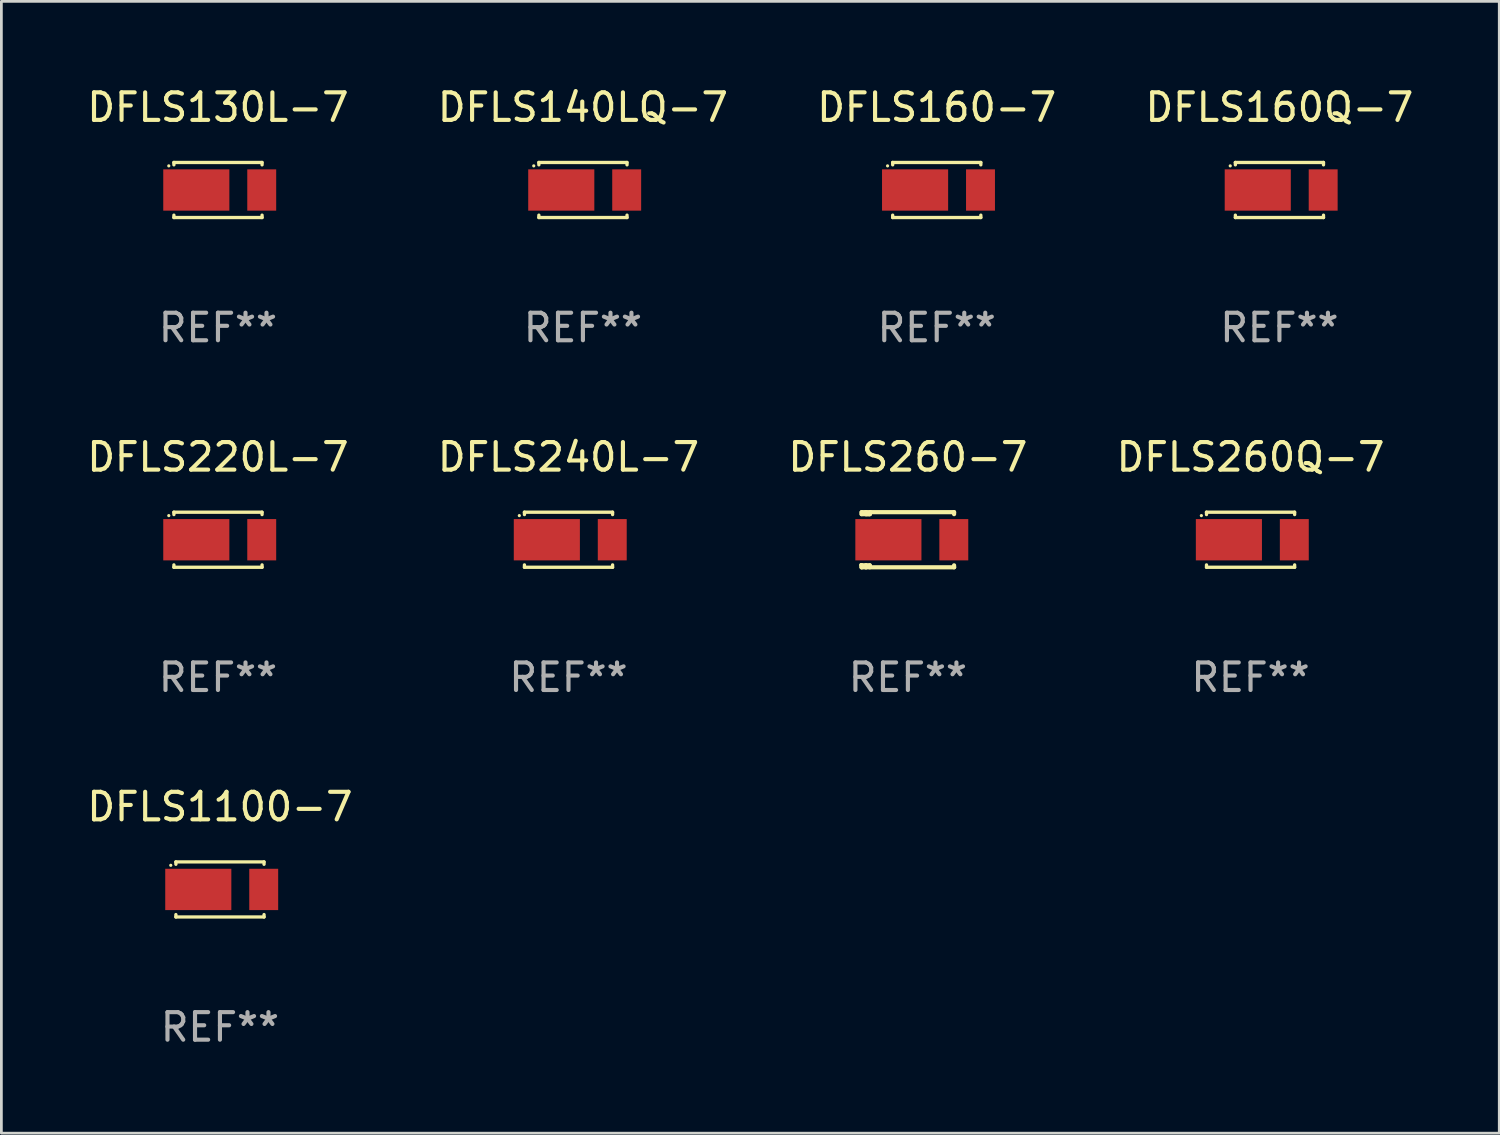
<source format=kicad_pcb>
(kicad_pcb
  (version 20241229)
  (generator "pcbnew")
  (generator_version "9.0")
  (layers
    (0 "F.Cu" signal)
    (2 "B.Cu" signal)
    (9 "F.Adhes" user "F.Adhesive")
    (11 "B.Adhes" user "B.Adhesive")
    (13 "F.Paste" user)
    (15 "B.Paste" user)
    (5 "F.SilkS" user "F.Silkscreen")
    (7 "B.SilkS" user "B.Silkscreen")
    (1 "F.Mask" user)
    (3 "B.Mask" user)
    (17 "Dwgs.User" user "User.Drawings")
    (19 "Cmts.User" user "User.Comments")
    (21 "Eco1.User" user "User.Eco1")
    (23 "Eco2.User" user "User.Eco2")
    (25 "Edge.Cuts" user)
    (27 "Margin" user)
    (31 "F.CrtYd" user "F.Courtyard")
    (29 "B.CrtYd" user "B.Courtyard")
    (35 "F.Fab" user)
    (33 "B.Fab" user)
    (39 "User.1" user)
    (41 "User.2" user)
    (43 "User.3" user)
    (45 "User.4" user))
  (footprint "DFLS1100-7"
    (layer "F.Cu")
    (at 4.935 29.241)
    (property "Reference" "DFLS1100-7" (at 0 -3 0) (layer "F.SilkS") (effects (font (size 1 1) (thickness 0.15))))
    (attr through_hole)
    (fp_line (start -1.599 -1) (end -1.599 -0.913) (stroke (width 0.12) (type solid)) (layer "F.SilkS"))
    (fp_line (start -1.599 0.913) (end -1.599 1) (stroke (width 0.12) (type solid)) (layer "F.SilkS"))
    (fp_line (start -1.599 1) (end 1.601 1) (stroke (width 0.12) (type solid)) (layer "F.SilkS"))
    (fp_line (start 1.599 -1) (end -1.601 -1) (stroke (width 0.12) (type solid)) (layer "F.SilkS"))
    (fp_line (start 1.601 -1) (end 1.601 -0.913) (stroke (width 0.12) (type solid)) (layer "F.SilkS"))
    (fp_line (start 1.601 0.913) (end 1.601 1) (stroke (width 0.12) (type solid)) (layer "F.SilkS"))
    (fp_circle (center -1.785 -0.876) (end -1.755 -0.876) (stroke (width 0.06) (type solid)) (fill no) (layer "F.SilkS"))
    (fp_text user "REF**" (at 0 5 0) (layer "F.Fab") (effects (font (size 1 1) (thickness 0.15))))
    (pad "1" smd rect (at -0.786 0 180) (size 2.4 1.5) (layers "F.Cu" "F.Mask" "F.Paste"))
    (pad "2" smd rect (at 1.589 0 180) (size 1.05 1.5) (layers "F.Cu" "F.Mask" "F.Paste")))
  (footprint "DFLS260Q-7"
    (layer "F.Cu")
    (at 42.351 16.545)
    (property "Reference" "DFLS260Q-7" (at 0 -3 0) (layer "F.SilkS") (effects (font (size 1 1) (thickness 0.15))))
    (attr through_hole)
    (fp_line (start -1.599 -1) (end -1.599 -0.913) (stroke (width 0.12) (type solid)) (layer "F.SilkS"))
    (fp_line (start -1.599 0.913) (end -1.599 1) (stroke (width 0.12) (type solid)) (layer "F.SilkS"))
    (fp_line (start -1.599 1) (end 1.601 1) (stroke (width 0.12) (type solid)) (layer "F.SilkS"))
    (fp_line (start 1.599 -1) (end -1.601 -1) (stroke (width 0.12) (type solid)) (layer "F.SilkS"))
    (fp_line (start 1.601 -1) (end 1.601 -0.913) (stroke (width 0.12) (type solid)) (layer "F.SilkS"))
    (fp_line (start 1.601 0.913) (end 1.601 1) (stroke (width 0.12) (type solid)) (layer "F.SilkS"))
    (fp_circle (center -1.785 -0.876) (end -1.755 -0.876) (stroke (width 0.06) (type solid)) (fill no) (layer "F.SilkS"))
    (fp_text user "REF**" (at 0 5 0) (layer "F.Fab") (effects (font (size 1 1) (thickness 0.15))))
    (pad "1" smd rect (at -0.786 0 180) (size 2.4 1.5) (layers "F.Cu" "F.Mask" "F.Paste"))
    (pad "2" smd rect (at 1.589 0 180) (size 1.05 1.5) (layers "F.Cu" "F.Mask" "F.Paste")))
  (footprint "DFLS240L-7"
    (layer "F.Cu")
    (at 17.589 16.545)
    (property "Reference" "DFLS240L-7" (at 0 -3 0) (layer "F.SilkS") (effects (font (size 1 1) (thickness 0.15))))
    (attr through_hole)
    (fp_line (start -1.599 -1) (end -1.599 -0.913) (stroke (width 0.12) (type solid)) (layer "F.SilkS"))
    (fp_line (start -1.599 0.913) (end -1.599 1) (stroke (width 0.12) (type solid)) (layer "F.SilkS"))
    (fp_line (start -1.599 1) (end 1.601 1) (stroke (width 0.12) (type solid)) (layer "F.SilkS"))
    (fp_line (start 1.599 -1) (end -1.601 -1) (stroke (width 0.12) (type solid)) (layer "F.SilkS"))
    (fp_line (start 1.601 -1) (end 1.601 -0.913) (stroke (width 0.12) (type solid)) (layer "F.SilkS"))
    (fp_line (start 1.601 0.913) (end 1.601 1) (stroke (width 0.12) (type solid)) (layer "F.SilkS"))
    (fp_circle (center -1.785 -0.876) (end -1.755 -0.876) (stroke (width 0.06) (type solid)) (fill no) (layer "F.SilkS"))
    (fp_text user "REF**" (at 0 5 0) (layer "F.Fab") (effects (font (size 1 1) (thickness 0.15))))
    (pad "1" smd rect (at -0.786 0 180) (size 2.4 1.5) (layers "F.Cu" "F.Mask" "F.Paste"))
    (pad "2" smd rect (at 1.589 0 180) (size 1.05 1.5) (layers "F.Cu" "F.Mask" "F.Paste")))
  (footprint "DFLS160-7"
    (layer "F.Cu")
    (at 30.958 3.848)
    (property "Reference" "DFLS160-7" (at 0 -3 0) (layer "F.SilkS") (effects (font (size 1 1) (thickness 0.15))))
    (attr through_hole)
    (fp_line (start -1.599 -1) (end -1.599 -0.913) (stroke (width 0.12) (type solid)) (layer "F.SilkS"))
    (fp_line (start -1.599 0.913) (end -1.599 1) (stroke (width 0.12) (type solid)) (layer "F.SilkS"))
    (fp_line (start -1.599 1) (end 1.601 1) (stroke (width 0.12) (type solid)) (layer "F.SilkS"))
    (fp_line (start 1.599 -1) (end -1.601 -1) (stroke (width 0.12) (type solid)) (layer "F.SilkS"))
    (fp_line (start 1.601 -1) (end 1.601 -0.913) (stroke (width 0.12) (type solid)) (layer "F.SilkS"))
    (fp_line (start 1.601 0.913) (end 1.601 1) (stroke (width 0.12) (type solid)) (layer "F.SilkS"))
    (fp_circle (center -1.785 -0.876) (end -1.755 -0.876) (stroke (width 0.06) (type solid)) (fill no) (layer "F.SilkS"))
    (fp_text user "REF**" (at 0 5 0) (layer "F.Fab") (effects (font (size 1 1) (thickness 0.15))))
    (pad "1" smd rect (at -0.786 0 180) (size 2.4 1.5) (layers "F.Cu" "F.Mask" "F.Paste"))
    (pad "2" smd rect (at 1.589 0 180) (size 1.05 1.5) (layers "F.Cu" "F.Mask" "F.Paste")))
  (footprint "DFLS160Q-7"
    (layer "F.Cu")
    (at 43.399 3.848)
    (property "Reference" "DFLS160Q-7" (at 0 -3 0) (layer "F.SilkS") (effects (font (size 1 1) (thickness 0.15))))
    (attr through_hole)
    (fp_line (start -1.599 -1) (end -1.599 -0.913) (stroke (width 0.12) (type solid)) (layer "F.SilkS"))
    (fp_line (start -1.599 0.913) (end -1.599 1) (stroke (width 0.12) (type solid)) (layer "F.SilkS"))
    (fp_line (start -1.599 1) (end 1.601 1) (stroke (width 0.12) (type solid)) (layer "F.SilkS"))
    (fp_line (start 1.599 -1) (end -1.601 -1) (stroke (width 0.12) (type solid)) (layer "F.SilkS"))
    (fp_line (start 1.601 -1) (end 1.601 -0.913) (stroke (width 0.12) (type solid)) (layer "F.SilkS"))
    (fp_line (start 1.601 0.913) (end 1.601 1) (stroke (width 0.12) (type solid)) (layer "F.SilkS"))
    (fp_circle (center -1.785 -0.876) (end -1.755 -0.876) (stroke (width 0.06) (type solid)) (fill no) (layer "F.SilkS"))
    (fp_text user "REF**" (at 0 5 0) (layer "F.Fab") (effects (font (size 1 1) (thickness 0.15))))
    (pad "1" smd rect (at -0.786 0 180) (size 2.4 1.5) (layers "F.Cu" "F.Mask" "F.Paste"))
    (pad "2" smd rect (at 1.589 0 180) (size 1.05 1.5) (layers "F.Cu" "F.Mask" "F.Paste")))
  (footprint "DFLS130L-7"
    (layer "F.Cu")
    (at 4.863 3.848)
    (property "Reference" "DFLS130L-7" (at 0 -3 0) (layer "F.SilkS") (effects (font (size 1 1) (thickness 0.15))))
    (attr through_hole)
    (fp_line (start -1.599 -1) (end -1.599 -0.913) (stroke (width 0.12) (type solid)) (layer "F.SilkS"))
    (fp_line (start -1.599 0.913) (end -1.599 1) (stroke (width 0.12) (type solid)) (layer "F.SilkS"))
    (fp_line (start -1.599 1) (end 1.601 1) (stroke (width 0.12) (type solid)) (layer "F.SilkS"))
    (fp_line (start 1.599 -1) (end -1.601 -1) (stroke (width 0.12) (type solid)) (layer "F.SilkS"))
    (fp_line (start 1.601 -1) (end 1.601 -0.913) (stroke (width 0.12) (type solid)) (layer "F.SilkS"))
    (fp_line (start 1.601 0.913) (end 1.601 1) (stroke (width 0.12) (type solid)) (layer "F.SilkS"))
    (fp_circle (center -1.785 -0.876) (end -1.755 -0.876) (stroke (width 0.06) (type solid)) (fill no) (layer "F.SilkS"))
    (fp_text user "REF**" (at 0 5 0) (layer "F.Fab") (effects (font (size 1 1) (thickness 0.15))))
    (pad "1" smd rect (at -0.786 0 180) (size 2.4 1.5) (layers "F.Cu" "F.Mask" "F.Paste"))
    (pad "2" smd rect (at 1.589 0 180) (size 1.05 1.5) (layers "F.Cu" "F.Mask" "F.Paste")))
  (footprint "DFLS260-7"
    (layer "F.Cu")
    (at 29.911 16.545)
    (property "Reference" "DFLS260-7" (at 0 -3 0) (layer "F.SilkS") (effects (font (size 1 1) (thickness 0.15))))
    (attr through_hole)
    (fp_line (start -1.68 -1) (end -1.68 -0.929) (stroke (width 0.152) (type solid)) (layer "F.SilkS"))
    (fp_line (start -1.68 0.929) (end -1.68 1) (stroke (width 0.152) (type solid)) (layer "F.SilkS"))
    (fp_line (start -1.68 1) (end -1.68 0.929) (stroke (width 0.152) (type solid)) (layer "F.SilkS"))
    (fp_line (start -1.523 -1) (end -1.68 -1) (stroke (width 0.152) (type solid)) (layer "F.SilkS"))
    (fp_line (start -1.523 -1) (end -1.523 -0.929) (stroke (width 0.152) (type solid)) (layer "F.SilkS"))
    (fp_line (start -1.523 0.929) (end -1.68 0.929) (stroke (width 0.152) (type solid)) (layer "F.SilkS"))
    (fp_line (start -1.523 0.929) (end -1.523 1) (stroke (width 0.152) (type solid)) (layer "F.SilkS"))
    (fp_line (start -1.523 0.929) (end -1.384 0.929) (stroke (width 0.152) (type solid)) (layer "F.SilkS"))
    (fp_line (start -1.523 1) (end -1.68 1) (stroke (width 0.152) (type solid)) (layer "F.SilkS"))
    (fp_line (start -1.52 1) (end 1.68 1) (stroke (width 0.152) (type solid)) (layer "F.SilkS"))
    (fp_line (start -1.384 -0.982) (end -1.366 -1) (stroke (width 0.152) (type solid)) (layer "F.SilkS"))
    (fp_line (start -1.384 -0.929) (end -1.68 -0.929) (stroke (width 0.152) (type solid)) (layer "F.SilkS"))
    (fp_line (start -1.384 -0.929) (end -1.523 -0.929) (stroke (width 0.152) (type solid)) (layer "F.SilkS"))
    (fp_line (start -1.384 -0.929) (end -1.384 -0.982) (stroke (width 0.152) (type solid)) (layer "F.SilkS"))
    (fp_line (start -1.384 1) (end -1.384 0.929) (stroke (width 0.152) (type solid)) (layer "F.SilkS"))
    (fp_line (start 1.677 -1) (end -1.523 -1) (stroke (width 0.152) (type solid)) (layer "F.SilkS"))
    (fp_line (start 1.677 -1) (end 1.677 -0.929) (stroke (width 0.152) (type solid)) (layer "F.SilkS"))
    (fp_line (start 1.677 0.929) (end 1.677 1) (stroke (width 0.152) (type solid)) (layer "F.SilkS"))
    (fp_circle (center -1.708 0.905) (end -1.678 0.905) (stroke (width 0.06) (type solid)) (fill no) (layer "F.SilkS"))
    (fp_text user "REF**" (at 0 5 0) (layer "F.Fab") (effects (font (size 1 1) (thickness 0.15))))
    (pad "1" smd rect (at -0.708 0 180) (size 2.4 1.5) (layers "F.Cu" "F.Mask" "F.Paste"))
    (pad "2" smd rect (at 1.667 0 180) (size 1.05 1.5) (layers "F.Cu" "F.Mask" "F.Paste")))
  (footprint "DFLS220L-7"
    (layer "F.Cu")
    (at 4.863 16.545)
    (property "Reference" "DFLS220L-7" (at 0 -3 0) (layer "F.SilkS") (effects (font (size 1 1) (thickness 0.15))))
    (attr through_hole)
    (fp_line (start -1.599 -1) (end -1.599 -0.913) (stroke (width 0.12) (type solid)) (layer "F.SilkS"))
    (fp_line (start -1.599 0.913) (end -1.599 1) (stroke (width 0.12) (type solid)) (layer "F.SilkS"))
    (fp_line (start -1.599 1) (end 1.601 1) (stroke (width 0.12) (type solid)) (layer "F.SilkS"))
    (fp_line (start 1.599 -1) (end -1.601 -1) (stroke (width 0.12) (type solid)) (layer "F.SilkS"))
    (fp_line (start 1.601 -1) (end 1.601 -0.913) (stroke (width 0.12) (type solid)) (layer "F.SilkS"))
    (fp_line (start 1.601 0.913) (end 1.601 1) (stroke (width 0.12) (type solid)) (layer "F.SilkS"))
    (fp_circle (center -1.785 -0.876) (end -1.755 -0.876) (stroke (width 0.06) (type solid)) (fill no) (layer "F.SilkS"))
    (fp_text user "REF**" (at 0 5 0) (layer "F.Fab") (effects (font (size 1 1) (thickness 0.15))))
    (pad "1" smd rect (at -0.786 0 180) (size 2.4 1.5) (layers "F.Cu" "F.Mask" "F.Paste"))
    (pad "2" smd rect (at 1.589 0 180) (size 1.05 1.5) (layers "F.Cu" "F.Mask" "F.Paste")))
  (footprint "DFLS140LQ-7"
    (layer "F.Cu")
    (at 18.113 3.848)
    (property "Reference" "DFLS140LQ-7" (at 0 -3 0) (layer "F.SilkS") (effects (font (size 1 1) (thickness 0.15))))
    (attr through_hole)
    (fp_line (start -1.599 -1) (end -1.599 -0.913) (stroke (width 0.12) (type solid)) (layer "F.SilkS"))
    (fp_line (start -1.599 0.913) (end -1.599 1) (stroke (width 0.12) (type solid)) (layer "F.SilkS"))
    (fp_line (start -1.599 1) (end 1.601 1) (stroke (width 0.12) (type solid)) (layer "F.SilkS"))
    (fp_line (start 1.599 -1) (end -1.601 -1) (stroke (width 0.12) (type solid)) (layer "F.SilkS"))
    (fp_line (start 1.601 -1) (end 1.601 -0.913) (stroke (width 0.12) (type solid)) (layer "F.SilkS"))
    (fp_line (start 1.601 0.913) (end 1.601 1) (stroke (width 0.12) (type solid)) (layer "F.SilkS"))
    (fp_circle (center -1.785 -0.876) (end -1.755 -0.876) (stroke (width 0.06) (type solid)) (fill no) (layer "F.SilkS"))
    (fp_text user "REF**" (at 0 5 0) (layer "F.Fab") (effects (font (size 1 1) (thickness 0.15))))
    (pad "1" smd rect (at -0.786 0 180) (size 2.4 1.5) (layers "F.Cu" "F.Mask" "F.Paste"))
    (pad "2" smd rect (at 1.589 0 180) (size 1.05 1.5) (layers "F.Cu" "F.Mask" "F.Paste")))
  (gr_rect
    (start -3 -3)
    (end 51.381 38.09)
    (stroke (width 0.1) (type default))
    (fill no)
    (layer "Edge.Cuts")))
</source>
